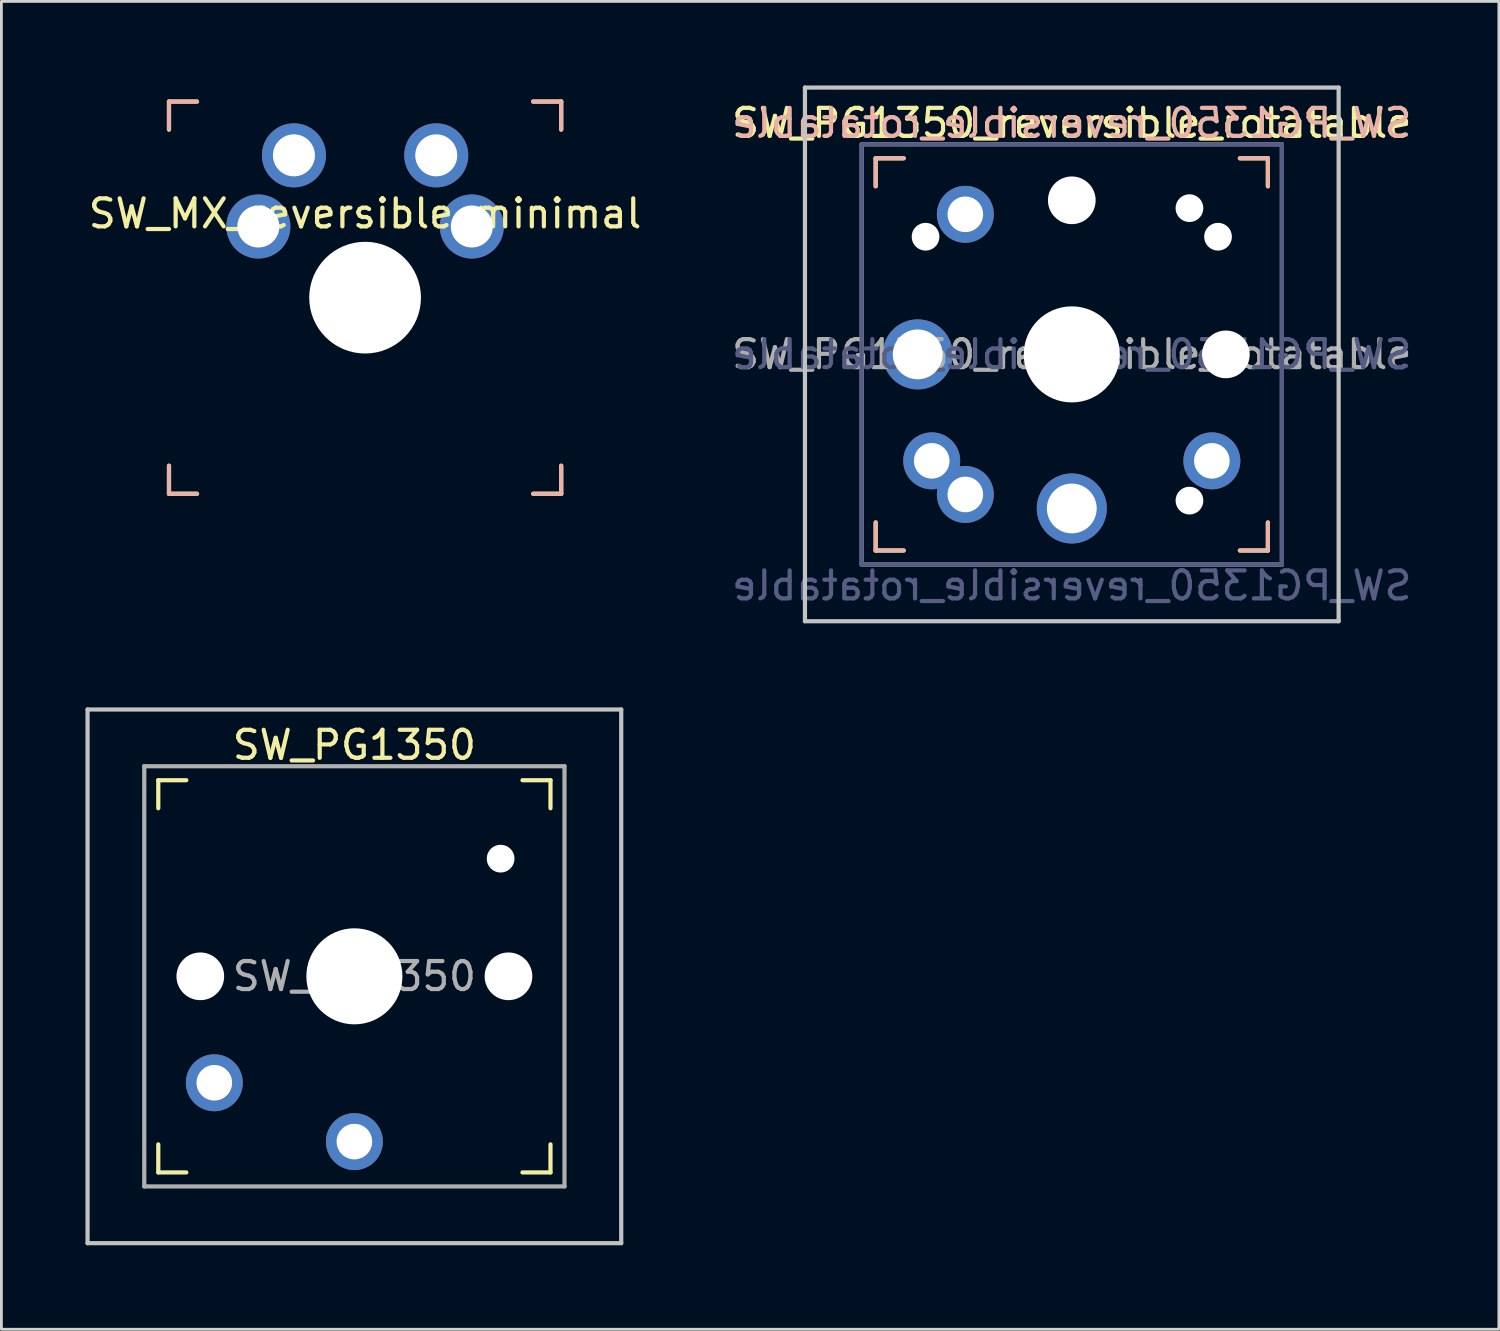
<source format=kicad_pcb>
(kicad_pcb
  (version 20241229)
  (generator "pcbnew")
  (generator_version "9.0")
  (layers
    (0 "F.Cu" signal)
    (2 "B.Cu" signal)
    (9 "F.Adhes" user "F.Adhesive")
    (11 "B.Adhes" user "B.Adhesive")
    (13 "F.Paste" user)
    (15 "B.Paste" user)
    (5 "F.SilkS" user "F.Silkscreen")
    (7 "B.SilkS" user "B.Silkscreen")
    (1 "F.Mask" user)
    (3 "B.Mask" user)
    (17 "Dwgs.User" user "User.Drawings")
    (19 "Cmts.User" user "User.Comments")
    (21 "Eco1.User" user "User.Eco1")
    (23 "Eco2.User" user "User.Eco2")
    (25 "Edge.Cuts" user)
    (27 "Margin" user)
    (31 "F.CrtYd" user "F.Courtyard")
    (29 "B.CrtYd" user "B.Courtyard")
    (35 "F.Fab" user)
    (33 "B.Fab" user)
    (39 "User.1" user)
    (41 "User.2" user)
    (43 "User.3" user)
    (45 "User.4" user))
  (footprint "SW_PG1350"
    (layer "F.Cu")
    (at 9.6 31.8)
    (property "Reference" "SW_PG1350" (at 0 -8.255 0) (layer "F.SilkS") (effects (font (size 1 1) (thickness 0.15))))
    (attr through_hole)
    (fp_line (start -7 -6) (end -7 -7) (stroke (width 0.15) (type solid)) (layer "F.SilkS"))
    (fp_line (start -7 7) (end -7 6) (stroke (width 0.15) (type solid)) (layer "F.SilkS"))
    (fp_line (start -7 7) (end -6 7) (stroke (width 0.15) (type solid)) (layer "F.SilkS"))
    (fp_line (start -6 -7) (end -7 -7) (stroke (width 0.15) (type solid)) (layer "F.SilkS"))
    (fp_line (start 6 7) (end 7 7) (stroke (width 0.15) (type solid)) (layer "F.SilkS"))
    (fp_line (start 7 -7) (end 6 -7) (stroke (width 0.15) (type solid)) (layer "F.SilkS"))
    (fp_line (start 7 -7) (end 7 -6) (stroke (width 0.15) (type solid)) (layer "F.SilkS"))
    (fp_line (start 7 6) (end 7 7) (stroke (width 0.15) (type solid)) (layer "F.SilkS"))
    (fp_line (start -9.525 -9.525) (end 9.525 -9.525) (stroke (width 0.15) (type solid)) (layer "Dwgs.User"))
    (fp_line (start -9.525 9.525) (end -9.525 -9.525) (stroke (width 0.15) (type solid)) (layer "Dwgs.User"))
    (fp_line (start 9.525 -9.525) (end 9.525 9.525) (stroke (width 0.15) (type solid)) (layer "Dwgs.User"))
    (fp_line (start 9.525 9.525) (end -9.525 9.525) (stroke (width 0.15) (type solid)) (layer "Dwgs.User"))
    (fp_line (start -6.9 6.9) (end -6.9 -6.9) (stroke (width 0.15) (type solid)) (layer "Eco2.User"))
    (fp_line (start -6.9 6.9) (end 6.9 6.9) (stroke (width 0.15) (type solid)) (layer "Eco2.User"))
    (fp_line (start -2.6 -3.1) (end -2.6 -6.3) (stroke (width 0.15) (type solid)) (layer "Eco2.User"))
    (fp_line (start -2.6 -3.1) (end 2.6 -3.1) (stroke (width 0.15) (type solid)) (layer "Eco2.User"))
    (fp_line (start 2.6 -6.3) (end -2.6 -6.3) (stroke (width 0.15) (type solid)) (layer "Eco2.User"))
    (fp_line (start 2.6 -3.1) (end 2.6 -6.3) (stroke (width 0.15) (type solid)) (layer "Eco2.User"))
    (fp_line (start 6.9 -6.9) (end -6.9 -6.9) (stroke (width 0.15) (type solid)) (layer "Eco2.User"))
    (fp_line (start 6.9 -6.9) (end 6.9 6.9) (stroke (width 0.15) (type solid)) (layer "Eco2.User"))
    (fp_line (start -7.5 -7.5) (end 7.5 -7.5) (stroke (width 0.15) (type solid)) (layer "F.Fab"))
    (fp_line (start -7.5 7.5) (end -7.5 -7.5) (stroke (width 0.15) (type solid)) (layer "F.Fab"))
    (fp_line (start 7.5 -7.5) (end 7.5 7.5) (stroke (width 0.15) (type solid)) (layer "F.Fab"))
    (fp_line (start 7.5 7.5) (end -7.5 7.5) (stroke (width 0.15) (type solid)) (layer "F.Fab"))
    (fp_text user "${REFERENCE}" (at 0 0 0) (layer "F.Fab") (effects (font (size 1 1) (thickness 0.15))))
    (pad "" np_thru_hole circle (at -5.5 0) (size 1.702 1.702) (drill 1.702) (layers "*.Cu" "*.Mask"))
    (pad "" np_thru_hole circle (at 0 0) (size 3.429 3.429) (drill 3.429) (layers "*.Cu" "*.Mask"))
    (pad "" np_thru_hole circle (at 5.22 -4.2) (size 0.991 0.991) (drill 0.991) (layers "*.Cu" "*.Mask"))
    (pad "" np_thru_hole circle (at 5.5 0) (size 1.702 1.702) (drill 1.702) (layers "*.Cu" "*.Mask"))
    (pad "1" thru_hole circle (at 0 5.9) (size 2.032 2.032) (drill 1.27) (layers "*.Cu" "*.Mask"))
    (pad "2" thru_hole circle (at -5 3.8) (size 2.032 2.032) (drill 1.27) (layers "*.Cu" "*.Mask")))
  (footprint "SW_PG1350_reversible_rotatable"
    (layer "F.Cu")
    (at 35.208 9.6)
    (property "Reference" "SW_PG1350_reversible_rotatable" (at 0 -8.255 0) (layer "F.SilkS") (effects (font (size 1 1) (thickness 0.15))))
    (property "Value" "SW_PG1350_reversible_rotatable" (at 0 8.255 0) (layer "F.Fab") (hide yes) (effects (font (size 1 1) (thickness 0.15))))
    (attr through_hole)
    (fp_line (start -7 -7) (end -6 -7) (stroke (width 0.15) (type solid)) (layer "F.SilkS"))
    (fp_line (start -7 -6) (end -7 -7) (stroke (width 0.15) (type solid)) (layer "F.SilkS"))
    (fp_line (start -7 7) (end -7 6) (stroke (width 0.15) (type solid)) (layer "F.SilkS"))
    (fp_line (start -6 7) (end -7 7) (stroke (width 0.15) (type solid)) (layer "F.SilkS"))
    (fp_line (start 6 -7) (end 7 -7) (stroke (width 0.15) (type solid)) (layer "F.SilkS"))
    (fp_line (start 7 -7) (end 7 -6) (stroke (width 0.15) (type solid)) (layer "F.SilkS"))
    (fp_line (start 7 6) (end 7 7) (stroke (width 0.15) (type solid)) (layer "F.SilkS"))
    (fp_line (start 7 7) (end 6 7) (stroke (width 0.15) (type solid)) (layer "F.SilkS"))
    (fp_line (start -7 -7) (end -6 -7) (stroke (width 0.15) (type solid)) (layer "B.SilkS"))
    (fp_line (start -7 -6) (end -7 -7) (stroke (width 0.15) (type solid)) (layer "B.SilkS"))
    (fp_line (start -7 7) (end -7 6) (stroke (width 0.15) (type solid)) (layer "B.SilkS"))
    (fp_line (start -6 7) (end -7 7) (stroke (width 0.15) (type solid)) (layer "B.SilkS"))
    (fp_line (start 6 -7) (end 7 -7) (stroke (width 0.15) (type solid)) (layer "B.SilkS"))
    (fp_line (start 7 -7) (end 7 -6) (stroke (width 0.15) (type solid)) (layer "B.SilkS"))
    (fp_line (start 7 6) (end 7 7) (stroke (width 0.15) (type solid)) (layer "B.SilkS"))
    (fp_line (start 7 7) (end 6 7) (stroke (width 0.15) (type solid)) (layer "B.SilkS"))
    (fp_line (start -9.525 -9.525) (end 9.525 -9.525) (stroke (width 0.15) (type solid)) (layer "Dwgs.User"))
    (fp_line (start -9.525 9.525) (end -9.525 -9.525) (stroke (width 0.15) (type solid)) (layer "Dwgs.User"))
    (fp_line (start 9.525 -9.525) (end 9.525 9.525) (stroke (width 0.15) (type solid)) (layer "Dwgs.User"))
    (fp_line (start 9.525 9.525) (end -9.525 9.525) (stroke (width 0.15) (type solid)) (layer "Dwgs.User"))
    (fp_line (start -6.9 6.9) (end -6.9 -6.9) (stroke (width 0.15) (type solid)) (layer "Eco2.User"))
    (fp_line (start -6.9 6.9) (end 6.9 6.9) (stroke (width 0.15) (type solid)) (layer "Eco2.User"))
    (fp_line (start -2.6 -3.1) (end -2.6 -6.3) (stroke (width 0.15) (type solid)) (layer "Eco2.User"))
    (fp_line (start -2.6 -3.1) (end 2.6 -3.1) (stroke (width 0.15) (type solid)) (layer "Eco2.User"))
    (fp_line (start 2.6 -6.3) (end -2.6 -6.3) (stroke (width 0.15) (type solid)) (layer "Eco2.User"))
    (fp_line (start 2.6 -3.1) (end 2.6 -6.3) (stroke (width 0.15) (type solid)) (layer "Eco2.User"))
    (fp_line (start 6.9 -6.9) (end -6.9 -6.9) (stroke (width 0.15) (type solid)) (layer "Eco2.User"))
    (fp_line (start 6.9 -6.9) (end 6.9 6.9) (stroke (width 0.15) (type solid)) (layer "Eco2.User"))
    (fp_line (start -7.5 -7.5) (end 7.5 -7.5) (stroke (width 0.15) (type solid)) (layer "B.Fab"))
    (fp_line (start -7.5 7.5) (end -7.5 -7.5) (stroke (width 0.15) (type solid)) (layer "B.Fab"))
    (fp_line (start 7.5 -7.5) (end 7.5 7.5) (stroke (width 0.15) (type solid)) (layer "B.Fab"))
    (fp_line (start 7.5 7.5) (end -7.5 7.5) (stroke (width 0.15) (type solid)) (layer "B.Fab"))
    (fp_line (start -7.5 -7.5) (end 7.5 -7.5) (stroke (width 0.15) (type solid)) (layer "F.Fab"))
    (fp_line (start -7.5 7.5) (end -7.5 -7.5) (stroke (width 0.15) (type solid)) (layer "F.Fab"))
    (fp_line (start 7.5 -7.5) (end 7.5 7.5) (stroke (width 0.15) (type solid)) (layer "F.Fab"))
    (fp_line (start 7.5 7.5) (end -7.5 7.5) (stroke (width 0.15) (type solid)) (layer "F.Fab"))
    (fp_text user "${REFERENCE}" (at 0 -8.255 0) (layer "B.SilkS") (effects (font (size 1 1) (thickness 0.15)) (justify mirror)))
    (fp_text user "${REFERENCE}" (at 0 0 0) (layer "B.Fab") (effects (font (size 1 1) (thickness 0.15)) (justify mirror)))
    (fp_text user "${VALUE}" (at 0 8.255 0) (layer "B.Fab") (effects (font (size 1 1) (thickness 0.15)) (justify mirror)))
    (fp_text user "${REFERENCE}" (at 0 0 0) (layer "F.Fab") (effects (font (size 1 1) (thickness 0.15))))
    (pad "" np_thru_hole circle (at -5.22 -4.2) (size 0.991 0.991) (drill 0.991) (layers "*.Cu" "*.Mask"))
    (pad "" np_thru_hole circle (at 0 -5.5) (size 1.702 1.702) (drill 1.702) (layers "*.Cu" "*.Mask"))
    (pad "" np_thru_hole circle (at 0 0) (size 3.429 3.429) (drill 3.429) (layers "*.Cu" "*.Mask"))
    (pad "" np_thru_hole circle (at 4.2 -5.22) (size 0.991 0.991) (drill 0.991) (layers "*.Cu" "*.Mask"))
    (pad "" np_thru_hole circle (at 4.2 5.22) (size 0.991 0.991) (drill 0.991) (layers "*.Cu" "*.Mask"))
    (pad "" np_thru_hole circle (at 5.22 -4.2) (size 0.991 0.991) (drill 0.991) (layers "*.Cu" "*.Mask"))
    (pad "" np_thru_hole circle (at 5.5 0) (size 1.702 1.702) (drill 1.702) (layers "*.Cu" "*.Mask"))
    (pad "1" thru_hole circle (at -5.5 0) (size 2.5 2.5) (drill 1.778) (layers "*.Cu" "*.Mask"))
    (pad "1" thru_hole circle (at 0 5.5) (size 2.5 2.5) (drill 1.778) (layers "*.Cu" "*.Mask"))
    (pad "2" thru_hole circle (at -5 3.8) (size 2.032 2.032) (drill 1.27) (layers "*.Cu" "*.Mask"))
    (pad "2" thru_hole circle (at -3.8 -5) (size 2.032 2.032) (drill 1.27) (layers "*.Cu" "*.Mask"))
    (pad "2" thru_hole circle (at -3.8 5) (size 2.032 2.032) (drill 1.27) (layers "*.Cu" "*.Mask"))
    (pad "2" thru_hole circle (at 5 3.8) (size 2.032 2.032) (drill 1.27) (layers "*.Cu" "*.Mask")))
  (footprint "SW_MX_reversible_minimal"
    (layer "F.Cu")
    (at 9.982 7.575)
    (property "Reference" "SW_MX_reversible_minimal" (at 0 -3 0) (layer "F.SilkS") (effects (font (size 1 1) (thickness 0.15))))
    (attr through_hole)
    (fp_line (start -7 -7) (end -6 -7) (stroke (width 0.15) (type solid)) (layer "F.SilkS"))
    (fp_line (start -7 -6) (end -7 -7) (stroke (width 0.15) (type solid)) (layer "F.SilkS"))
    (fp_line (start -7 7) (end -7 6) (stroke (width 0.15) (type solid)) (layer "F.SilkS"))
    (fp_line (start -6 7) (end -7 7) (stroke (width 0.15) (type solid)) (layer "F.SilkS"))
    (fp_line (start 6 -7) (end 7 -7) (stroke (width 0.15) (type solid)) (layer "F.SilkS"))
    (fp_line (start 7 -7) (end 7 -6) (stroke (width 0.15) (type solid)) (layer "F.SilkS"))
    (fp_line (start 7 6) (end 7 7) (stroke (width 0.15) (type solid)) (layer "F.SilkS"))
    (fp_line (start 7 7) (end 6 7) (stroke (width 0.15) (type solid)) (layer "F.SilkS"))
    (fp_line (start -7 -7) (end -6 -7) (stroke (width 0.15) (type solid)) (layer "B.SilkS"))
    (fp_line (start -7 -6) (end -7 -7) (stroke (width 0.15) (type solid)) (layer "B.SilkS"))
    (fp_line (start -7 7) (end -7 6) (stroke (width 0.15) (type solid)) (layer "B.SilkS"))
    (fp_line (start -6 7) (end -7 7) (stroke (width 0.15) (type solid)) (layer "B.SilkS"))
    (fp_line (start 6 -7) (end 7 -7) (stroke (width 0.15) (type solid)) (layer "B.SilkS"))
    (fp_line (start 7 -7) (end 7 -6) (stroke (width 0.15) (type solid)) (layer "B.SilkS"))
    (fp_line (start 7 6) (end 7 7) (stroke (width 0.15) (type solid)) (layer "B.SilkS"))
    (fp_line (start 7 7) (end 6 7) (stroke (width 0.15) (type solid)) (layer "B.SilkS"))
    (fp_line (start -7.5 -7.5) (end 7.5 -7.5) (stroke (width 0.15) (type solid)) (layer "Eco2.User"))
    (fp_line (start -7.5 7.5) (end -7.5 -7.5) (stroke (width 0.15) (type solid)) (layer "Eco2.User"))
    (fp_line (start -6.9 6.9) (end -6.9 -6.9) (stroke (width 0.15) (type solid)) (layer "Eco2.User"))
    (fp_line (start -6.9 6.9) (end 6.9 6.9) (stroke (width 0.15) (type solid)) (layer "Eco2.User"))
    (fp_line (start 6.9 -6.9) (end -6.9 -6.9) (stroke (width 0.15) (type solid)) (layer "Eco2.User"))
    (fp_line (start 6.9 -6.9) (end 6.9 6.9) (stroke (width 0.15) (type solid)) (layer "Eco2.User"))
    (fp_line (start 7.5 -7.5) (end 7.5 7.5) (stroke (width 0.15) (type solid)) (layer "Eco2.User"))
    (fp_line (start 7.5 7.5) (end -7.5 7.5) (stroke (width 0.15) (type solid)) (layer "Eco2.User"))
    (pad "" np_thru_hole circle (at 0 0) (size 3.988 3.988) (drill 3.988) (layers "*.Cu" "*.Mask"))
    (pad "1" thru_hole circle (at -3.81 -2.54) (size 2.286 2.286) (drill 1.499) (layers "*.Cu" "*.Mask"))
    (pad "1" thru_hole circle (at -2.54 -5.08) (size 2.286 2.286) (drill 1.499) (layers "*.Cu" "*.Mask"))
    (pad "2" thru_hole circle (at 2.54 -5.08) (size 2.286 2.286) (drill 1.499) (layers "*.Cu" "*.Mask"))
    (pad "2" thru_hole circle (at 3.81 -2.54) (size 2.286 2.286) (drill 1.499) (layers "*.Cu" "*.Mask")))
  (gr_rect
    (start -3 -3)
    (end 50.452 44.4)
    (stroke (width 0.1) (type default))
    (fill no)
    (layer "Edge.Cuts")))
</source>
